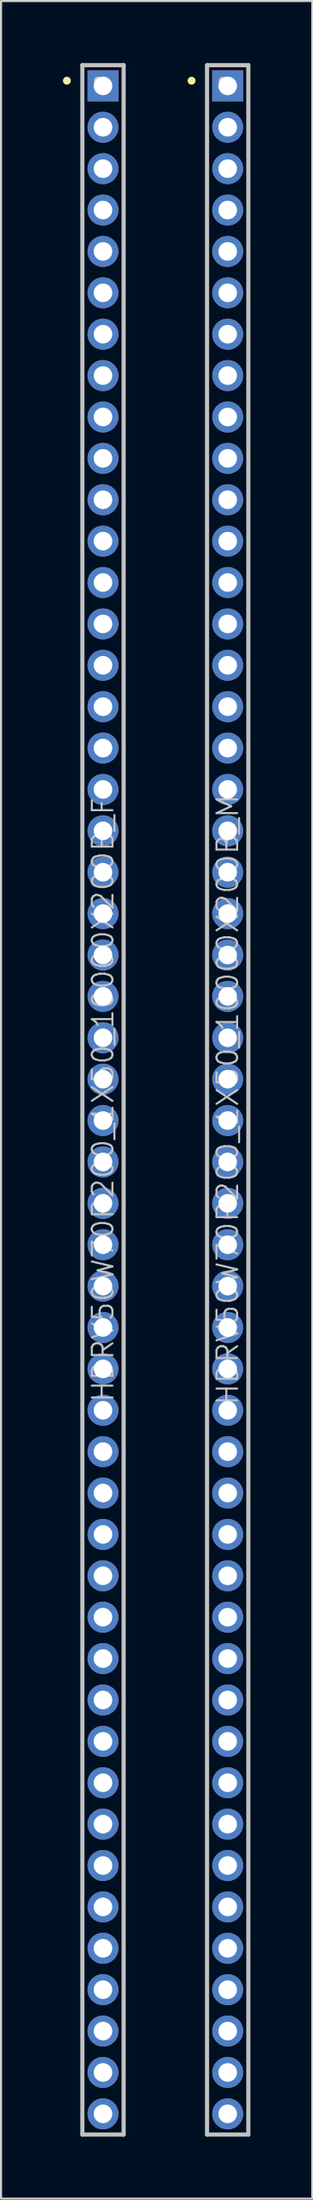
<source format=kicad_pcb>
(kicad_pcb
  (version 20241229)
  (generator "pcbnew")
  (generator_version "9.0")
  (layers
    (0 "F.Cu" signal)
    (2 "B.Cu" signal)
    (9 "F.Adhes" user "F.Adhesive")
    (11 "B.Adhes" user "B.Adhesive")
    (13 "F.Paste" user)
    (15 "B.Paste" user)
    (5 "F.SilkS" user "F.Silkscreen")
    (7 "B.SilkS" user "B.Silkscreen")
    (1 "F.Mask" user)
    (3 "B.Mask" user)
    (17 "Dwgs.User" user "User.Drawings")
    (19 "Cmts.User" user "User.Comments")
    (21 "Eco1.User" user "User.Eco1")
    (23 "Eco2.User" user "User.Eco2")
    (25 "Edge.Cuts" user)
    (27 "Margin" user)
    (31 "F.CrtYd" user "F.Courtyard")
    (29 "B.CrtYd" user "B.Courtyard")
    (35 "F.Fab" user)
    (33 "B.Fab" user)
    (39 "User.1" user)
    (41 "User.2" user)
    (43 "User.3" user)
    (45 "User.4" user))
  (footprint "HDRV50W70P200_1X50_10000X200B_M"
    (layer "F.Cu")
    (at 7.981 50.1)
    (property "Reference" "HDRV50W70P200_1X50_10000X200B_M" (at 0 0 90) (layer "Dwgs.User") (effects (font (size 1 1) (thickness 0.1))))
    (attr through_hole)
    (fp_line (start -1.75 -49.25) (end -1.75 -49.25) (stroke (width 0.381) (type solid)) (layer "F.SilkS"))
    (fp_line (start -1 -50) (end -1 50) (stroke (width 0.2) (type solid)) (layer "Dwgs.User"))
    (fp_line (start -1 -50) (end 1 -50) (stroke (width 0.2) (type solid)) (layer "Dwgs.User"))
    (fp_line (start -1 50) (end 1 50) (stroke (width 0.2) (type solid)) (layer "Dwgs.User"))
    (fp_line (start -0.25 -49.25) (end -0.25 -49.25) (stroke (width 0.381) (type solid)) (layer "Dwgs.User"))
    (fp_line (start 1 -50) (end 1 50) (stroke (width 0.2) (type solid)) (layer "Dwgs.User"))
    (pad "1" thru_hole rect (at 0 -49) (size 1.5 1.5) (drill 0.9) (layers "*.Cu" "*.Mask"))
    (pad "2" thru_hole circle (at 0 -47 270) (size 1.5 1.5) (drill 0.9) (layers "*.Cu" "*.Mask"))
    (pad "3" thru_hole circle (at 0 -45 270) (size 1.5 1.5) (drill 0.9) (layers "*.Cu" "*.Mask"))
    (pad "4" thru_hole circle (at 0 -43 270) (size 1.5 1.5) (drill 0.9) (layers "*.Cu" "*.Mask"))
    (pad "5" thru_hole circle (at 0 -41 270) (size 1.5 1.5) (drill 0.9) (layers "*.Cu" "*.Mask"))
    (pad "6" thru_hole circle (at 0 -39 270) (size 1.5 1.5) (drill 0.9) (layers "*.Cu" "*.Mask"))
    (pad "7" thru_hole circle (at 0 -37 270) (size 1.5 1.5) (drill 0.9) (layers "*.Cu" "*.Mask"))
    (pad "8" thru_hole circle (at 0 -35 270) (size 1.5 1.5) (drill 0.9) (layers "*.Cu" "*.Mask"))
    (pad "9" thru_hole circle (at 0 -33 270) (size 1.5 1.5) (drill 0.9) (layers "*.Cu" "*.Mask"))
    (pad "10" thru_hole circle (at 0 -31 270) (size 1.5 1.5) (drill 0.9) (layers "*.Cu" "*.Mask"))
    (pad "11" thru_hole circle (at 0 -29 270) (size 1.5 1.5) (drill 0.9) (layers "*.Cu" "*.Mask"))
    (pad "12" thru_hole circle (at 0 -27 270) (size 1.5 1.5) (drill 0.9) (layers "*.Cu" "*.Mask"))
    (pad "13" thru_hole circle (at 0 -25 270) (size 1.5 1.5) (drill 0.9) (layers "*.Cu" "*.Mask"))
    (pad "14" thru_hole circle (at 0 -23 270) (size 1.5 1.5) (drill 0.9) (layers "*.Cu" "*.Mask"))
    (pad "15" thru_hole circle (at 0 -21 270) (size 1.5 1.5) (drill 0.9) (layers "*.Cu" "*.Mask"))
    (pad "16" thru_hole circle (at 0 -19 270) (size 1.5 1.5) (drill 0.9) (layers "*.Cu" "*.Mask"))
    (pad "17" thru_hole circle (at 0 -17 270) (size 1.5 1.5) (drill 0.9) (layers "*.Cu" "*.Mask"))
    (pad "18" thru_hole circle (at 0 -15 270) (size 1.5 1.5) (drill 0.9) (layers "*.Cu" "*.Mask"))
    (pad "19" thru_hole circle (at 0 -13 270) (size 1.5 1.5) (drill 0.9) (layers "*.Cu" "*.Mask"))
    (pad "20" thru_hole circle (at 0 -11 270) (size 1.5 1.5) (drill 0.9) (layers "*.Cu" "*.Mask"))
    (pad "21" thru_hole circle (at 0 -9 270) (size 1.5 1.5) (drill 0.9) (layers "*.Cu" "*.Mask"))
    (pad "22" thru_hole circle (at 0 -7 270) (size 1.5 1.5) (drill 0.9) (layers "*.Cu" "*.Mask"))
    (pad "23" thru_hole circle (at 0 -5 270) (size 1.5 1.5) (drill 0.9) (layers "*.Cu" "*.Mask"))
    (pad "24" thru_hole circle (at 0 -3 270) (size 1.5 1.5) (drill 0.9) (layers "*.Cu" "*.Mask"))
    (pad "25" thru_hole circle (at 0 -1 270) (size 1.5 1.5) (drill 0.9) (layers "*.Cu" "*.Mask"))
    (pad "26" thru_hole circle (at 0 1 270) (size 1.5 1.5) (drill 0.9) (layers "*.Cu" "*.Mask"))
    (pad "27" thru_hole circle (at 0 3 270) (size 1.5 1.5) (drill 0.9) (layers "*.Cu" "*.Mask"))
    (pad "28" thru_hole circle (at 0 5 270) (size 1.5 1.5) (drill 0.9) (layers "*.Cu" "*.Mask"))
    (pad "29" thru_hole circle (at 0 7 270) (size 1.5 1.5) (drill 0.9) (layers "*.Cu" "*.Mask"))
    (pad "30" thru_hole circle (at 0 9 270) (size 1.5 1.5) (drill 0.9) (layers "*.Cu" "*.Mask"))
    (pad "31" thru_hole circle (at 0 11 270) (size 1.5 1.5) (drill 0.9) (layers "*.Cu" "*.Mask"))
    (pad "32" thru_hole circle (at 0 13 270) (size 1.5 1.5) (drill 0.9) (layers "*.Cu" "*.Mask"))
    (pad "33" thru_hole circle (at 0 15 270) (size 1.5 1.5) (drill 0.9) (layers "*.Cu" "*.Mask"))
    (pad "34" thru_hole circle (at 0 17 270) (size 1.5 1.5) (drill 0.9) (layers "*.Cu" "*.Mask"))
    (pad "35" thru_hole circle (at 0 19 270) (size 1.5 1.5) (drill 0.9) (layers "*.Cu" "*.Mask"))
    (pad "36" thru_hole circle (at 0 21 270) (size 1.5 1.5) (drill 0.9) (layers "*.Cu" "*.Mask"))
    (pad "37" thru_hole circle (at 0 23 270) (size 1.5 1.5) (drill 0.9) (layers "*.Cu" "*.Mask"))
    (pad "38" thru_hole circle (at 0 25 270) (size 1.5 1.5) (drill 0.9) (layers "*.Cu" "*.Mask"))
    (pad "39" thru_hole circle (at 0 27 270) (size 1.5 1.5) (drill 0.9) (layers "*.Cu" "*.Mask"))
    (pad "40" thru_hole circle (at 0 29 270) (size 1.5 1.5) (drill 0.9) (layers "*.Cu" "*.Mask"))
    (pad "41" thru_hole circle (at 0 31 270) (size 1.5 1.5) (drill 0.9) (layers "*.Cu" "*.Mask"))
    (pad "42" thru_hole circle (at 0 33 270) (size 1.5 1.5) (drill 0.9) (layers "*.Cu" "*.Mask"))
    (pad "43" thru_hole circle (at 0 35 270) (size 1.5 1.5) (drill 0.9) (layers "*.Cu" "*.Mask"))
    (pad "44" thru_hole circle (at 0 37 270) (size 1.5 1.5) (drill 0.9) (layers "*.Cu" "*.Mask"))
    (pad "45" thru_hole circle (at 0 39 270) (size 1.5 1.5) (drill 0.9) (layers "*.Cu" "*.Mask"))
    (pad "46" thru_hole circle (at 0 41 270) (size 1.5 1.5) (drill 0.9) (layers "*.Cu" "*.Mask"))
    (pad "47" thru_hole circle (at 0 43 270) (size 1.5 1.5) (drill 0.9) (layers "*.Cu" "*.Mask"))
    (pad "48" thru_hole circle (at 0 45 270) (size 1.5 1.5) (drill 0.9) (layers "*.Cu" "*.Mask"))
    (pad "49" thru_hole circle (at 0 47 270) (size 1.5 1.5) (drill 0.9) (layers "*.Cu" "*.Mask"))
    (pad "50" thru_hole circle (at 0 49 270) (size 1.5 1.5) (drill 0.9) (layers "*.Cu" "*.Mask")))
  (footprint "HDRV50W70P200_1X50_10000X200B_F"
    (layer "F.Cu")
    (at 1.94 50.1)
    (property "Reference" "HDRV50W70P200_1X50_10000X200B_F" (at 0 0 90) (layer "Dwgs.User") (effects (font (size 1 1) (thickness 0.1))))
    (attr through_hole)
    (fp_line (start -1.75 -49.25) (end -1.75 -49.25) (stroke (width 0.381) (type solid)) (layer "F.SilkS"))
    (fp_line (start -1 -50) (end -1 50) (stroke (width 0.2) (type solid)) (layer "Dwgs.User"))
    (fp_line (start -1 -50) (end 1 -50) (stroke (width 0.2) (type solid)) (layer "Dwgs.User"))
    (fp_line (start -1 50) (end 1 50) (stroke (width 0.2) (type solid)) (layer "Dwgs.User"))
    (fp_line (start -0.25 -49.25) (end -0.25 -49.25) (stroke (width 0.381) (type solid)) (layer "Dwgs.User"))
    (fp_line (start 1 -50) (end 1 50) (stroke (width 0.2) (type solid)) (layer "Dwgs.User"))
    (pad "1" thru_hole rect (at 0 -49) (size 1.5 1.5) (drill 0.9) (layers "*.Cu" "*.Mask"))
    (pad "2" thru_hole circle (at 0 -47 270) (size 1.5 1.5) (drill 0.9) (layers "*.Cu" "*.Mask"))
    (pad "3" thru_hole circle (at 0 -45 270) (size 1.5 1.5) (drill 0.9) (layers "*.Cu" "*.Mask"))
    (pad "4" thru_hole circle (at 0 -43 270) (size 1.5 1.5) (drill 0.9) (layers "*.Cu" "*.Mask"))
    (pad "5" thru_hole circle (at 0 -41 270) (size 1.5 1.5) (drill 0.9) (layers "*.Cu" "*.Mask"))
    (pad "6" thru_hole circle (at 0 -39 270) (size 1.5 1.5) (drill 0.9) (layers "*.Cu" "*.Mask"))
    (pad "7" thru_hole circle (at 0 -37 270) (size 1.5 1.5) (drill 0.9) (layers "*.Cu" "*.Mask"))
    (pad "8" thru_hole circle (at 0 -35 270) (size 1.5 1.5) (drill 0.9) (layers "*.Cu" "*.Mask"))
    (pad "9" thru_hole circle (at 0 -33 270) (size 1.5 1.5) (drill 0.9) (layers "*.Cu" "*.Mask"))
    (pad "10" thru_hole circle (at 0 -31 270) (size 1.5 1.5) (drill 0.9) (layers "*.Cu" "*.Mask"))
    (pad "11" thru_hole circle (at 0 -29 270) (size 1.5 1.5) (drill 0.9) (layers "*.Cu" "*.Mask"))
    (pad "12" thru_hole circle (at 0 -27 270) (size 1.5 1.5) (drill 0.9) (layers "*.Cu" "*.Mask"))
    (pad "13" thru_hole circle (at 0 -25 270) (size 1.5 1.5) (drill 0.9) (layers "*.Cu" "*.Mask"))
    (pad "14" thru_hole circle (at 0 -23 270) (size 1.5 1.5) (drill 0.9) (layers "*.Cu" "*.Mask"))
    (pad "15" thru_hole circle (at 0 -21 270) (size 1.5 1.5) (drill 0.9) (layers "*.Cu" "*.Mask"))
    (pad "16" thru_hole circle (at 0 -19 270) (size 1.5 1.5) (drill 0.9) (layers "*.Cu" "*.Mask"))
    (pad "17" thru_hole circle (at 0 -17 270) (size 1.5 1.5) (drill 0.9) (layers "*.Cu" "*.Mask"))
    (pad "18" thru_hole circle (at 0 -15 270) (size 1.5 1.5) (drill 0.9) (layers "*.Cu" "*.Mask"))
    (pad "19" thru_hole circle (at 0 -13 270) (size 1.5 1.5) (drill 0.9) (layers "*.Cu" "*.Mask"))
    (pad "20" thru_hole circle (at 0 -11 270) (size 1.5 1.5) (drill 0.9) (layers "*.Cu" "*.Mask"))
    (pad "21" thru_hole circle (at 0 -9 270) (size 1.5 1.5) (drill 0.9) (layers "*.Cu" "*.Mask"))
    (pad "22" thru_hole circle (at 0 -7 270) (size 1.5 1.5) (drill 0.9) (layers "*.Cu" "*.Mask"))
    (pad "23" thru_hole circle (at 0 -5 270) (size 1.5 1.5) (drill 0.9) (layers "*.Cu" "*.Mask"))
    (pad "24" thru_hole circle (at 0 -3 270) (size 1.5 1.5) (drill 0.9) (layers "*.Cu" "*.Mask"))
    (pad "25" thru_hole circle (at 0 -1 270) (size 1.5 1.5) (drill 0.9) (layers "*.Cu" "*.Mask"))
    (pad "26" thru_hole circle (at 0 1 270) (size 1.5 1.5) (drill 0.9) (layers "*.Cu" "*.Mask"))
    (pad "27" thru_hole circle (at 0 3 270) (size 1.5 1.5) (drill 0.9) (layers "*.Cu" "*.Mask"))
    (pad "28" thru_hole circle (at 0 5 270) (size 1.5 1.5) (drill 0.9) (layers "*.Cu" "*.Mask"))
    (pad "29" thru_hole circle (at 0 7 270) (size 1.5 1.5) (drill 0.9) (layers "*.Cu" "*.Mask"))
    (pad "30" thru_hole circle (at 0 9 270) (size 1.5 1.5) (drill 0.9) (layers "*.Cu" "*.Mask"))
    (pad "31" thru_hole circle (at 0 11 270) (size 1.5 1.5) (drill 0.9) (layers "*.Cu" "*.Mask"))
    (pad "32" thru_hole circle (at 0 13 270) (size 1.5 1.5) (drill 0.9) (layers "*.Cu" "*.Mask"))
    (pad "33" thru_hole circle (at 0 15 270) (size 1.5 1.5) (drill 0.9) (layers "*.Cu" "*.Mask"))
    (pad "34" thru_hole circle (at 0 17 270) (size 1.5 1.5) (drill 0.9) (layers "*.Cu" "*.Mask"))
    (pad "35" thru_hole circle (at 0 19 270) (size 1.5 1.5) (drill 0.9) (layers "*.Cu" "*.Mask"))
    (pad "36" thru_hole circle (at 0 21 270) (size 1.5 1.5) (drill 0.9) (layers "*.Cu" "*.Mask"))
    (pad "37" thru_hole circle (at 0 23 270) (size 1.5 1.5) (drill 0.9) (layers "*.Cu" "*.Mask"))
    (pad "38" thru_hole circle (at 0 25 270) (size 1.5 1.5) (drill 0.9) (layers "*.Cu" "*.Mask"))
    (pad "39" thru_hole circle (at 0 27 270) (size 1.5 1.5) (drill 0.9) (layers "*.Cu" "*.Mask"))
    (pad "40" thru_hole circle (at 0 29 270) (size 1.5 1.5) (drill 0.9) (layers "*.Cu" "*.Mask"))
    (pad "41" thru_hole circle (at 0 31 270) (size 1.5 1.5) (drill 0.9) (layers "*.Cu" "*.Mask"))
    (pad "42" thru_hole circle (at 0 33 270) (size 1.5 1.5) (drill 0.9) (layers "*.Cu" "*.Mask"))
    (pad "43" thru_hole circle (at 0 35 270) (size 1.5 1.5) (drill 0.9) (layers "*.Cu" "*.Mask"))
    (pad "44" thru_hole circle (at 0 37 270) (size 1.5 1.5) (drill 0.9) (layers "*.Cu" "*.Mask"))
    (pad "45" thru_hole circle (at 0 39 270) (size 1.5 1.5) (drill 0.9) (layers "*.Cu" "*.Mask"))
    (pad "46" thru_hole circle (at 0 41 270) (size 1.5 1.5) (drill 0.9) (layers "*.Cu" "*.Mask"))
    (pad "47" thru_hole circle (at 0 43 270) (size 1.5 1.5) (drill 0.9) (layers "*.Cu" "*.Mask"))
    (pad "48" thru_hole circle (at 0 45 270) (size 1.5 1.5) (drill 0.9) (layers "*.Cu" "*.Mask"))
    (pad "49" thru_hole circle (at 0 47 270) (size 1.5 1.5) (drill 0.9) (layers "*.Cu" "*.Mask"))
    (pad "50" thru_hole circle (at 0 49 270) (size 1.5 1.5) (drill 0.9) (layers "*.Cu" "*.Mask")))
  (gr_rect
    (start -3 -3)
    (end 12.081 103.2)
    (stroke (width 0.1) (type default))
    (fill no)
    (layer "Edge.Cuts")))
</source>
